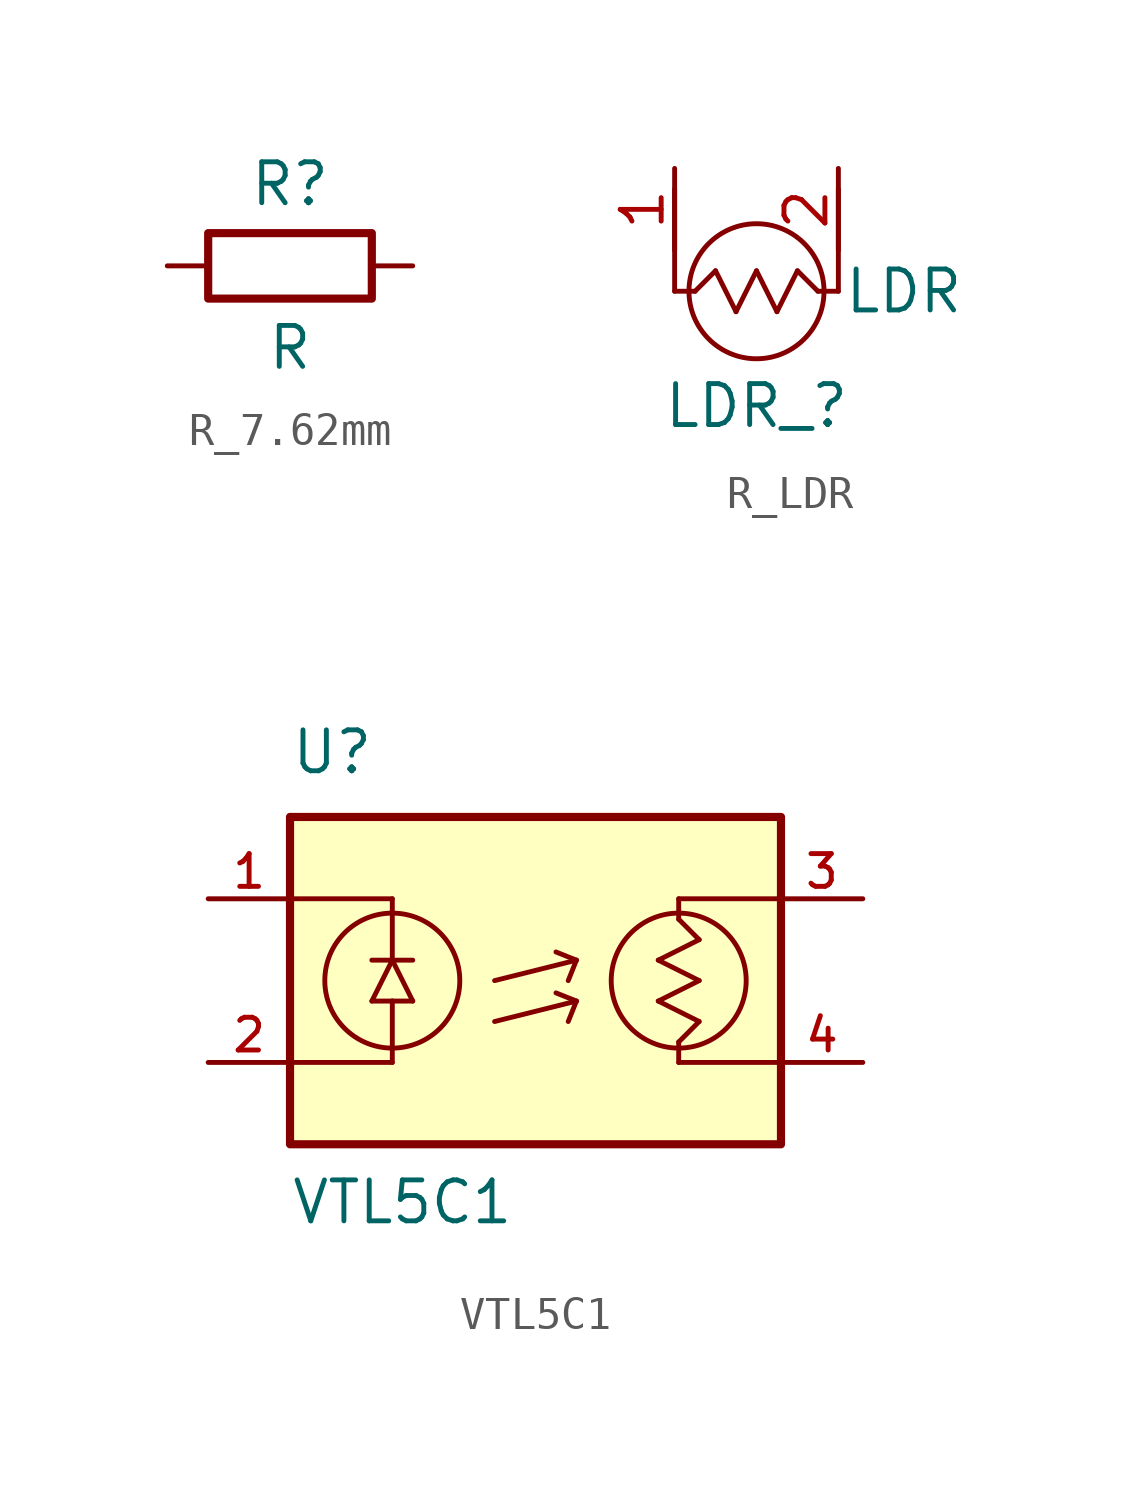
<source format=kicad_sym>
(kicad_symbol_lib
  (version 20241209)
  (generator "kicad_symbol_editor")
  (generator_version "9.0")
  (symbol "R_7.62mm"
    (pin_numbers
      (hide yes))
    (pin_names
      (offset 0))
    (property "Reference" "R"
      (at 0 2.54 0)
      (effects (font (size 1.27 1.27))))
    (property "Value" "R"
      (at 0 -2.54 0)
      (effects (font (size 1.27 1.27))))
    (symbol "R_7.62mm_0_1"
      (rectangle (start -2.54 1.016) (end 2.54 -1.016) (stroke (width 0.254) (type default)) (fill (type none))))
    (symbol "R_7.62mm_1_1"
      (pin passive line (at -3.81 0 0) (length 1.27) (name "~" (effects (font (size 1.27 1.27)))) (number "2" (effects (font (size 1.27 1.27)))))
      (pin passive line (at 3.81 0 180) (length 1.27) (name "~" (effects (font (size 1.27 1.27)))) (number "1" (effects (font (size 1.27 1.27)))))))
  (symbol "R_LDR"
    (property "Reference" "LDR_"
      (at 0 -3.556 0)
      (effects (font (size 1.27 1.27))))
    (property "Value" "LDR"
      (at 4.572 0 0)
      (effects (font (size 1.27 1.27))))
    (symbol "R_LDR_0_0"
      (polyline (pts (xy -2.54 3.175) (xy -2.54 0)) (stroke (width 0.152) (type default)) (fill (type none)))
      (polyline (pts (xy -2.54 0) (xy -1.905 0)) (stroke (width 0.152) (type default)) (fill (type none)))
      (polyline (pts (xy -1.905 0) (xy -1.27 0.635)) (stroke (width 0.152) (type default)) (fill (type none)))
      (polyline (pts (xy -1.27 0.635) (xy -0.635 -0.635)) (stroke (width 0.152) (type default)) (fill (type none)))
      (polyline (pts (xy -0.635 -0.635) (xy 0 0.635)) (stroke (width 0.152) (type default)) (fill (type none)))
      (polyline (pts (xy 0 0.635) (xy 0.635 -0.635)) (stroke (width 0.152) (type default)) (fill (type none)))
      (circle (center 0 0) (radius 2.095) (stroke (width 0.152) (type default)) (fill (type none)))
      (polyline (pts (xy 0.635 -0.635) (xy 1.27 0.635)) (stroke (width 0.152) (type default)) (fill (type none)))
      (polyline (pts (xy 1.27 0.635) (xy 1.905 0)) (stroke (width 0.152) (type default)) (fill (type none)))
      (polyline (pts (xy 1.905 0) (xy 2.54 0)) (stroke (width 0.152) (type default)) (fill (type none)))
      (polyline (pts (xy 2.54 0) (xy 2.54 3.175)) (stroke (width 0.152) (type default)) (fill (type none))))
    (symbol "R_LDR_1_1"
      (pin input line (at -2.54 3.81 270) (length 2.54) (name "" (effects (font (size 1.27 1.27)))) (number "1" (effects (font (size 1.27 1.27)))))
      (pin input line (at 2.54 3.81 270) (length 2.54) (name "" (effects (font (size 1.27 1.27)))) (number "2" (effects (font (size 1.27 1.27)))))))
  (symbol "VTL5C1"
    (pin_names
      (offset 1.016))
    (property "Reference" "U"
      (at -7.62 6.35 0)
      (effects (font (size 1.27 1.27)) (justify left bottom)))
    (property "Value" "VTL5C1"
      (at -7.62 -7.62 0)
      (effects (font (size 1.27 1.27)) (justify left bottom)))
    (symbol "VTL5C1_0_0"
      (polyline (pts (xy -7.62 2.54) (xy -4.445 2.54)) (stroke (width 0.152) (type default)) (fill (type none)))
      (polyline (pts (xy -7.62 -2.54) (xy -4.445 -2.54)) (stroke (width 0.152) (type default)) (fill (type none)))
      (rectangle (start -7.62 -5.08) (end 7.62 5.08) (stroke (width 0.254) (type default)) (fill (type background)))
      (polyline (pts (xy -5.08 -0.635) (xy -4.445 0.635)) (stroke (width 0.152) (type default)) (fill (type none)))
      (polyline (pts (xy -4.445 0.635) (xy -5.08 0.635)) (stroke (width 0.152) (type default)) (fill (type none)))
      (polyline (pts (xy -4.445 0.635) (xy -4.445 2.54)) (stroke (width 0.152) (type default)) (fill (type none)))
      (polyline (pts (xy -4.445 0.635) (xy -3.81 -0.635)) (stroke (width 0.152) (type default)) (fill (type none)))
      (circle (center -4.445 0) (radius 2.095) (stroke (width 0.152) (type default)) (fill (type none)))
      (polyline (pts (xy -4.445 -0.635) (xy -5.08 -0.635)) (stroke (width 0.152) (type default)) (fill (type none)))
      (polyline (pts (xy -4.445 -0.635) (xy -4.445 -2.54)) (stroke (width 0.152) (type default)) (fill (type none)))
      (polyline (pts (xy -3.81 0.635) (xy -4.445 0.635)) (stroke (width 0.152) (type default)) (fill (type none)))
      (polyline (pts (xy -3.81 -0.635) (xy -4.445 -0.635)) (stroke (width 0.152) (type default)) (fill (type none)))
      (polyline (pts (xy -1.27 0) (xy 1.27 0.635)) (stroke (width 0.152) (type default)) (fill (type none)))
      (polyline (pts (xy -1.27 -1.27) (xy 1.27 -0.635)) (stroke (width 0.152) (type default)) (fill (type none)))
      (polyline (pts (xy 1.27 0.635) (xy 0.635 0.889)) (stroke (width 0.152) (type default)) (fill (type none)))
      (polyline (pts (xy 1.27 0.635) (xy 1.016 0)) (stroke (width 0.152) (type default)) (fill (type none)))
      (polyline (pts (xy 1.27 -0.635) (xy 0.635 -0.381)) (stroke (width 0.152) (type default)) (fill (type none)))
      (polyline (pts (xy 1.27 -0.635) (xy 1.016 -1.27)) (stroke (width 0.152) (type default)) (fill (type none)))
      (polyline (pts (xy 3.81 0.635) (xy 5.08 0)) (stroke (width 0.152) (type default)) (fill (type none)))
      (polyline (pts (xy 3.81 -0.635) (xy 5.08 -1.27)) (stroke (width 0.152) (type default)) (fill (type none)))
      (polyline (pts (xy 4.445 2.54) (xy 4.445 1.905)) (stroke (width 0.152) (type default)) (fill (type none)))
      (polyline (pts (xy 4.445 1.905) (xy 5.08 1.27)) (stroke (width 0.152) (type default)) (fill (type none)))
      (circle (center 4.445 0) (radius 2.095) (stroke (width 0.152) (type default)) (fill (type none)))
      (polyline (pts (xy 4.445 -1.905) (xy 4.445 -2.54)) (stroke (width 0.152) (type default)) (fill (type none)))
      (polyline (pts (xy 4.445 -2.54) (xy 7.62 -2.54)) (stroke (width 0.152) (type default)) (fill (type none)))
      (polyline (pts (xy 5.08 1.27) (xy 3.81 0.635)) (stroke (width 0.152) (type default)) (fill (type none)))
      (polyline (pts (xy 5.08 0) (xy 3.81 -0.635)) (stroke (width 0.152) (type default)) (fill (type none)))
      (polyline (pts (xy 5.08 -1.27) (xy 4.445 -1.905)) (stroke (width 0.152) (type default)) (fill (type none)))
      (polyline (pts (xy 7.62 2.54) (xy 4.445 2.54)) (stroke (width 0.152) (type default)) (fill (type none)))
      (pin passive line (at -10.16 2.54 0) (length 2.54) (name "~" (effects (font (size 1.016 1.016)))) (number "1" (effects (font (size 1.016 1.016)))))
      (pin passive line (at -10.16 -2.54 0) (length 2.54) (name "~" (effects (font (size 1.016 1.016)))) (number "2" (effects (font (size 1.016 1.016)))))
      (pin passive line (at 10.16 2.54 180) (length 2.54) (name "~" (effects (font (size 1.016 1.016)))) (number "3" (effects (font (size 1.016 1.016)))))
      (pin passive line (at 10.16 -2.54 180) (length 2.54) (name "~" (effects (font (size 1.016 1.016)))) (number "4" (effects (font (size 1.016 1.016))))))))
</source>
